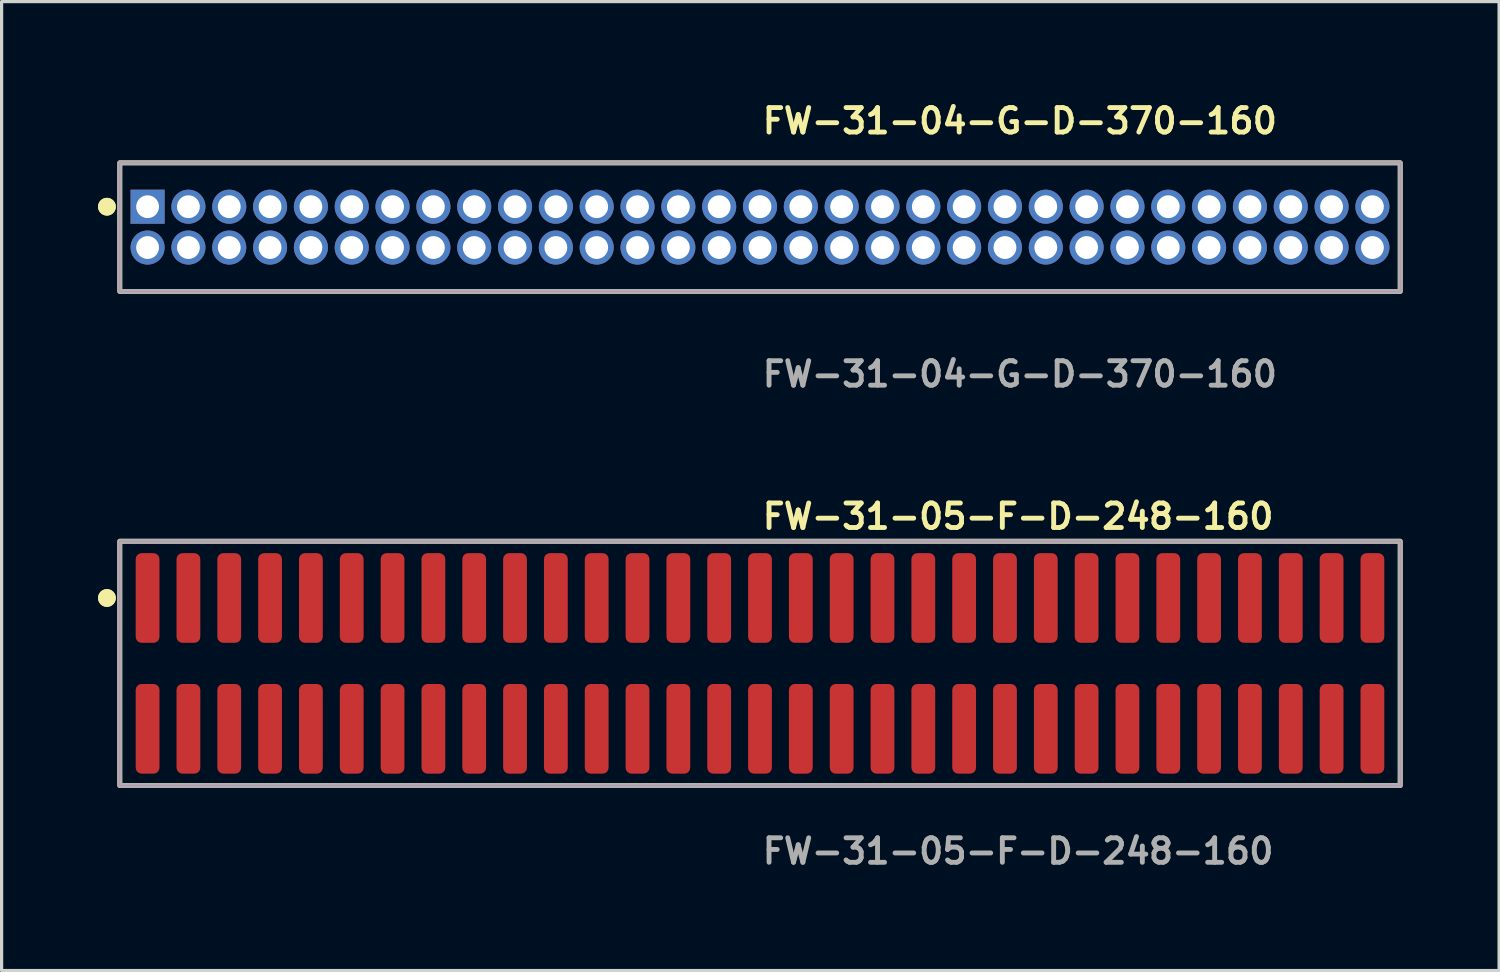
<source format=kicad_pcb>
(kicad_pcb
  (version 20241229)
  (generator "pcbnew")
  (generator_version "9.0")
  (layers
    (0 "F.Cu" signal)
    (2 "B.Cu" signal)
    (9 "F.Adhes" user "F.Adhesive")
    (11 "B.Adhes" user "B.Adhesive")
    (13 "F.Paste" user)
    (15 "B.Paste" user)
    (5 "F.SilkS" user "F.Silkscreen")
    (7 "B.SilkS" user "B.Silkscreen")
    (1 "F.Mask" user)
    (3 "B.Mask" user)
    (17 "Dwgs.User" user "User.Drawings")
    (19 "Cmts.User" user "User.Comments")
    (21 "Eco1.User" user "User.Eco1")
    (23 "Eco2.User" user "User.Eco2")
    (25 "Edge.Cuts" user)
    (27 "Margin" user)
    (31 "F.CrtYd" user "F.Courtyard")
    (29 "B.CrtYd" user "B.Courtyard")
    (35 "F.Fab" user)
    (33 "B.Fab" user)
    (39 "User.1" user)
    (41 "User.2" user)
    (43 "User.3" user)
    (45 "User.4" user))
  (footprint "FW-31-04-G-D-370-160"
    (layer "F.Cu")
    (at 20.591 4.015)
    (property "Reference" "FW-31-04-G-D-370-160" (at 0 -3.302 0) (unlocked yes) (layer "F.SilkS") (effects (font (size 0.762 0.762) (thickness 0.152)) (justify left)))
    (fp_rect (start -19.915 2) (end 19.915 -2) (stroke (width 0.152) (type solid)) (fill no) (layer "F.SilkS"))
    (fp_circle (center -20.315 -0.635) (end -20.515 -0.635) (stroke (width 0.152) (type solid)) (fill yes) (layer "F.SilkS"))
    (fp_circle (center -20.315 -0.635) (end -20.515 -0.635) (stroke (width 0.152) (type solid)) (fill yes) (layer "F.SilkS"))
    (fp_rect (start -19.915 2) (end 19.915 -2) (stroke (width 0.006) (type solid)) (fill no) (layer "F.CrtYd"))
    (fp_rect (start -19.915 2) (end 19.915 -2) (stroke (width 0.152) (type solid)) (fill no) (layer "F.Fab"))
    (fp_text user "${REFERENCE}" (at 0 4.572 0) (unlocked yes) (layer "F.Fab") (effects (font (size 0.762 0.762) (thickness 0.152)) (justify left)))
    (pad "1" thru_hole rect (at -19.05 -0.635) (size 1.06 1.06) (drill 0.71) (layers "*.Cu" "*.Mask"))
    (pad "2" thru_hole circle (at -19.05 0.635) (size 1.06 1.06) (drill 0.71) (layers "*.Cu" "*.Mask"))
    (pad "3" thru_hole circle (at -17.78 -0.635) (size 1.06 1.06) (drill 0.71) (layers "*.Cu" "*.Mask"))
    (pad "4" thru_hole circle (at -17.78 0.635) (size 1.06 1.06) (drill 0.71) (layers "*.Cu" "*.Mask"))
    (pad "5" thru_hole circle (at -16.51 -0.635) (size 1.06 1.06) (drill 0.71) (layers "*.Cu" "*.Mask"))
    (pad "6" thru_hole circle (at -16.51 0.635) (size 1.06 1.06) (drill 0.71) (layers "*.Cu" "*.Mask"))
    (pad "7" thru_hole circle (at -15.24 -0.635) (size 1.06 1.06) (drill 0.71) (layers "*.Cu" "*.Mask"))
    (pad "8" thru_hole circle (at -15.24 0.635) (size 1.06 1.06) (drill 0.71) (layers "*.Cu" "*.Mask"))
    (pad "9" thru_hole circle (at -13.97 -0.635) (size 1.06 1.06) (drill 0.71) (layers "*.Cu" "*.Mask"))
    (pad "10" thru_hole circle (at -13.97 0.635) (size 1.06 1.06) (drill 0.71) (layers "*.Cu" "*.Mask"))
    (pad "11" thru_hole circle (at -12.7 -0.635) (size 1.06 1.06) (drill 0.71) (layers "*.Cu" "*.Mask"))
    (pad "12" thru_hole circle (at -12.7 0.635) (size 1.06 1.06) (drill 0.71) (layers "*.Cu" "*.Mask"))
    (pad "13" thru_hole circle (at -11.43 -0.635) (size 1.06 1.06) (drill 0.71) (layers "*.Cu" "*.Mask"))
    (pad "14" thru_hole circle (at -11.43 0.635) (size 1.06 1.06) (drill 0.71) (layers "*.Cu" "*.Mask"))
    (pad "15" thru_hole circle (at -10.16 -0.635) (size 1.06 1.06) (drill 0.71) (layers "*.Cu" "*.Mask"))
    (pad "16" thru_hole circle (at -10.16 0.635) (size 1.06 1.06) (drill 0.71) (layers "*.Cu" "*.Mask"))
    (pad "17" thru_hole circle (at -8.89 -0.635) (size 1.06 1.06) (drill 0.71) (layers "*.Cu" "*.Mask"))
    (pad "18" thru_hole circle (at -8.89 0.635) (size 1.06 1.06) (drill 0.71) (layers "*.Cu" "*.Mask"))
    (pad "19" thru_hole circle (at -7.62 -0.635) (size 1.06 1.06) (drill 0.71) (layers "*.Cu" "*.Mask"))
    (pad "20" thru_hole circle (at -7.62 0.635) (size 1.06 1.06) (drill 0.71) (layers "*.Cu" "*.Mask"))
    (pad "21" thru_hole circle (at -6.35 -0.635) (size 1.06 1.06) (drill 0.71) (layers "*.Cu" "*.Mask"))
    (pad "22" thru_hole circle (at -6.35 0.635) (size 1.06 1.06) (drill 0.71) (layers "*.Cu" "*.Mask"))
    (pad "23" thru_hole circle (at -5.08 -0.635) (size 1.06 1.06) (drill 0.71) (layers "*.Cu" "*.Mask"))
    (pad "24" thru_hole circle (at -5.08 0.635) (size 1.06 1.06) (drill 0.71) (layers "*.Cu" "*.Mask"))
    (pad "25" thru_hole circle (at -3.81 -0.635) (size 1.06 1.06) (drill 0.71) (layers "*.Cu" "*.Mask"))
    (pad "26" thru_hole circle (at -3.81 0.635) (size 1.06 1.06) (drill 0.71) (layers "*.Cu" "*.Mask"))
    (pad "27" thru_hole circle (at -2.54 -0.635) (size 1.06 1.06) (drill 0.71) (layers "*.Cu" "*.Mask"))
    (pad "28" thru_hole circle (at -2.54 0.635) (size 1.06 1.06) (drill 0.71) (layers "*.Cu" "*.Mask"))
    (pad "29" thru_hole circle (at -1.27 -0.635) (size 1.06 1.06) (drill 0.71) (layers "*.Cu" "*.Mask"))
    (pad "30" thru_hole circle (at -1.27 0.635) (size 1.06 1.06) (drill 0.71) (layers "*.Cu" "*.Mask"))
    (pad "31" thru_hole circle (at 0 -0.635) (size 1.06 1.06) (drill 0.71) (layers "*.Cu" "*.Mask"))
    (pad "32" thru_hole circle (at 0 0.635) (size 1.06 1.06) (drill 0.71) (layers "*.Cu" "*.Mask"))
    (pad "33" thru_hole circle (at 1.27 -0.635) (size 1.06 1.06) (drill 0.71) (layers "*.Cu" "*.Mask"))
    (pad "34" thru_hole circle (at 1.27 0.635) (size 1.06 1.06) (drill 0.71) (layers "*.Cu" "*.Mask"))
    (pad "35" thru_hole circle (at 2.54 -0.635) (size 1.06 1.06) (drill 0.71) (layers "*.Cu" "*.Mask"))
    (pad "36" thru_hole circle (at 2.54 0.635) (size 1.06 1.06) (drill 0.71) (layers "*.Cu" "*.Mask"))
    (pad "37" thru_hole circle (at 3.81 -0.635) (size 1.06 1.06) (drill 0.71) (layers "*.Cu" "*.Mask"))
    (pad "38" thru_hole circle (at 3.81 0.635) (size 1.06 1.06) (drill 0.71) (layers "*.Cu" "*.Mask"))
    (pad "39" thru_hole circle (at 5.08 -0.635) (size 1.06 1.06) (drill 0.71) (layers "*.Cu" "*.Mask"))
    (pad "40" thru_hole circle (at 5.08 0.635) (size 1.06 1.06) (drill 0.71) (layers "*.Cu" "*.Mask"))
    (pad "41" thru_hole circle (at 6.35 -0.635) (size 1.06 1.06) (drill 0.71) (layers "*.Cu" "*.Mask"))
    (pad "42" thru_hole circle (at 6.35 0.635) (size 1.06 1.06) (drill 0.71) (layers "*.Cu" "*.Mask"))
    (pad "43" thru_hole circle (at 7.62 -0.635) (size 1.06 1.06) (drill 0.71) (layers "*.Cu" "*.Mask"))
    (pad "44" thru_hole circle (at 7.62 0.635) (size 1.06 1.06) (drill 0.71) (layers "*.Cu" "*.Mask"))
    (pad "45" thru_hole circle (at 8.89 -0.635) (size 1.06 1.06) (drill 0.71) (layers "*.Cu" "*.Mask"))
    (pad "46" thru_hole circle (at 8.89 0.635) (size 1.06 1.06) (drill 0.71) (layers "*.Cu" "*.Mask"))
    (pad "47" thru_hole circle (at 10.16 -0.635) (size 1.06 1.06) (drill 0.71) (layers "*.Cu" "*.Mask"))
    (pad "48" thru_hole circle (at 10.16 0.635) (size 1.06 1.06) (drill 0.71) (layers "*.Cu" "*.Mask"))
    (pad "49" thru_hole circle (at 11.43 -0.635) (size 1.06 1.06) (drill 0.71) (layers "*.Cu" "*.Mask"))
    (pad "50" thru_hole circle (at 11.43 0.635) (size 1.06 1.06) (drill 0.71) (layers "*.Cu" "*.Mask"))
    (pad "51" thru_hole circle (at 12.7 -0.635) (size 1.06 1.06) (drill 0.71) (layers "*.Cu" "*.Mask"))
    (pad "52" thru_hole circle (at 12.7 0.635) (size 1.06 1.06) (drill 0.71) (layers "*.Cu" "*.Mask"))
    (pad "53" thru_hole circle (at 13.97 -0.635) (size 1.06 1.06) (drill 0.71) (layers "*.Cu" "*.Mask"))
    (pad "54" thru_hole circle (at 13.97 0.635) (size 1.06 1.06) (drill 0.71) (layers "*.Cu" "*.Mask"))
    (pad "55" thru_hole circle (at 15.24 -0.635) (size 1.06 1.06) (drill 0.71) (layers "*.Cu" "*.Mask"))
    (pad "56" thru_hole circle (at 15.24 0.635) (size 1.06 1.06) (drill 0.71) (layers "*.Cu" "*.Mask"))
    (pad "57" thru_hole circle (at 16.51 -0.635) (size 1.06 1.06) (drill 0.71) (layers "*.Cu" "*.Mask"))
    (pad "58" thru_hole circle (at 16.51 0.635) (size 1.06 1.06) (drill 0.71) (layers "*.Cu" "*.Mask"))
    (pad "59" thru_hole circle (at 17.78 -0.635) (size 1.06 1.06) (drill 0.71) (layers "*.Cu" "*.Mask"))
    (pad "60" thru_hole circle (at 17.78 0.635) (size 1.06 1.06) (drill 0.71) (layers "*.Cu" "*.Mask"))
    (pad "61" thru_hole circle (at 19.05 -0.635) (size 1.06 1.06) (drill 0.71) (layers "*.Cu" "*.Mask"))
    (pad "62" thru_hole circle (at 19.05 0.635) (size 1.06 1.06) (drill 0.71) (layers "*.Cu" "*.Mask")))
  (footprint "FW-31-05-F-D-248-160"
    (layer "F.Cu")
    (at 20.591 17.586)
    (property "Reference" "FW-31-05-F-D-248-160" (at 0 -4.572 0) (unlocked yes) (layer "F.SilkS") (effects (font (size 0.762 0.762) (thickness 0.152)) (justify left)))
    (fp_rect (start -19.915 3.8) (end 19.915 -3.8) (stroke (width 0.152) (type solid)) (fill no) (layer "F.SilkS"))
    (fp_circle (center -20.315 -2.035) (end -20.515 -2.035) (stroke (width 0.152) (type solid)) (fill yes) (layer "F.SilkS"))
    (fp_circle (center -20.315 -2.035) (end -20.515 -2.035) (stroke (width 0.152) (type solid)) (fill yes) (layer "F.SilkS"))
    (fp_rect (start -19.915 3.8) (end 19.915 -3.8) (stroke (width 0.006) (type solid)) (fill no) (layer "F.CrtYd"))
    (fp_rect (start -19.915 3.8) (end 19.915 -3.8) (stroke (width 0.152) (type solid)) (fill no) (layer "F.Fab"))
    (fp_text user "${REFERENCE}" (at 0 5.842 0) (unlocked yes) (layer "F.Fab") (effects (font (size 0.762 0.762) (thickness 0.152)) (justify left)))
    (pad "1" smd roundrect (at -19.05 -2.035) (size 0.74 2.79) (layers "F.Cu" "F.Paste") (roundrect_rratio 0.25))
    (pad "2" smd roundrect (at -19.05 2.035) (size 0.74 2.79) (layers "F.Cu" "F.Paste") (roundrect_rratio 0.25))
    (pad "3" smd roundrect (at -17.78 -2.035) (size 0.74 2.79) (layers "F.Cu" "F.Paste") (roundrect_rratio 0.25))
    (pad "4" smd roundrect (at -17.78 2.035) (size 0.74 2.79) (layers "F.Cu" "F.Paste") (roundrect_rratio 0.25))
    (pad "5" smd roundrect (at -16.51 -2.035) (size 0.74 2.79) (layers "F.Cu" "F.Paste") (roundrect_rratio 0.25))
    (pad "6" smd roundrect (at -16.51 2.035) (size 0.74 2.79) (layers "F.Cu" "F.Paste") (roundrect_rratio 0.25))
    (pad "7" smd roundrect (at -15.24 -2.035) (size 0.74 2.79) (layers "F.Cu" "F.Paste") (roundrect_rratio 0.25))
    (pad "8" smd roundrect (at -15.24 2.035) (size 0.74 2.79) (layers "F.Cu" "F.Paste") (roundrect_rratio 0.25))
    (pad "9" smd roundrect (at -13.97 -2.035) (size 0.74 2.79) (layers "F.Cu" "F.Paste") (roundrect_rratio 0.25))
    (pad "10" smd roundrect (at -13.97 2.035) (size 0.74 2.79) (layers "F.Cu" "F.Paste") (roundrect_rratio 0.25))
    (pad "11" smd roundrect (at -12.7 -2.035) (size 0.74 2.79) (layers "F.Cu" "F.Paste") (roundrect_rratio 0.25))
    (pad "12" smd roundrect (at -12.7 2.035) (size 0.74 2.79) (layers "F.Cu" "F.Paste") (roundrect_rratio 0.25))
    (pad "13" smd roundrect (at -11.43 -2.035) (size 0.74 2.79) (layers "F.Cu" "F.Paste") (roundrect_rratio 0.25))
    (pad "14" smd roundrect (at -11.43 2.035) (size 0.74 2.79) (layers "F.Cu" "F.Paste") (roundrect_rratio 0.25))
    (pad "15" smd roundrect (at -10.16 -2.035) (size 0.74 2.79) (layers "F.Cu" "F.Paste") (roundrect_rratio 0.25))
    (pad "16" smd roundrect (at -10.16 2.035) (size 0.74 2.79) (layers "F.Cu" "F.Paste") (roundrect_rratio 0.25))
    (pad "17" smd roundrect (at -8.89 -2.035) (size 0.74 2.79) (layers "F.Cu" "F.Paste") (roundrect_rratio 0.25))
    (pad "18" smd roundrect (at -8.89 2.035) (size 0.74 2.79) (layers "F.Cu" "F.Paste") (roundrect_rratio 0.25))
    (pad "19" smd roundrect (at -7.62 -2.035) (size 0.74 2.79) (layers "F.Cu" "F.Paste") (roundrect_rratio 0.25))
    (pad "20" smd roundrect (at -7.62 2.035) (size 0.74 2.79) (layers "F.Cu" "F.Paste") (roundrect_rratio 0.25))
    (pad "21" smd roundrect (at -6.35 -2.035) (size 0.74 2.79) (layers "F.Cu" "F.Paste") (roundrect_rratio 0.25))
    (pad "22" smd roundrect (at -6.35 2.035) (size 0.74 2.79) (layers "F.Cu" "F.Paste") (roundrect_rratio 0.25))
    (pad "23" smd roundrect (at -5.08 -2.035) (size 0.74 2.79) (layers "F.Cu" "F.Paste") (roundrect_rratio 0.25))
    (pad "24" smd roundrect (at -5.08 2.035) (size 0.74 2.79) (layers "F.Cu" "F.Paste") (roundrect_rratio 0.25))
    (pad "25" smd roundrect (at -3.81 -2.035) (size 0.74 2.79) (layers "F.Cu" "F.Paste") (roundrect_rratio 0.25))
    (pad "26" smd roundrect (at -3.81 2.035) (size 0.74 2.79) (layers "F.Cu" "F.Paste") (roundrect_rratio 0.25))
    (pad "27" smd roundrect (at -2.54 -2.035) (size 0.74 2.79) (layers "F.Cu" "F.Paste") (roundrect_rratio 0.25))
    (pad "28" smd roundrect (at -2.54 2.035) (size 0.74 2.79) (layers "F.Cu" "F.Paste") (roundrect_rratio 0.25))
    (pad "29" smd roundrect (at -1.27 -2.035) (size 0.74 2.79) (layers "F.Cu" "F.Paste") (roundrect_rratio 0.25))
    (pad "30" smd roundrect (at -1.27 2.035) (size 0.74 2.79) (layers "F.Cu" "F.Paste") (roundrect_rratio 0.25))
    (pad "31" smd roundrect (at 0 -2.035) (size 0.74 2.79) (layers "F.Cu" "F.Paste") (roundrect_rratio 0.25))
    (pad "32" smd roundrect (at 0 2.035) (size 0.74 2.79) (layers "F.Cu" "F.Paste") (roundrect_rratio 0.25))
    (pad "33" smd roundrect (at 1.27 -2.035) (size 0.74 2.79) (layers "F.Cu" "F.Paste") (roundrect_rratio 0.25))
    (pad "34" smd roundrect (at 1.27 2.035) (size 0.74 2.79) (layers "F.Cu" "F.Paste") (roundrect_rratio 0.25))
    (pad "35" smd roundrect (at 2.54 -2.035) (size 0.74 2.79) (layers "F.Cu" "F.Paste") (roundrect_rratio 0.25))
    (pad "36" smd roundrect (at 2.54 2.035) (size 0.74 2.79) (layers "F.Cu" "F.Paste") (roundrect_rratio 0.25))
    (pad "37" smd roundrect (at 3.81 -2.035) (size 0.74 2.79) (layers "F.Cu" "F.Paste") (roundrect_rratio 0.25))
    (pad "38" smd roundrect (at 3.81 2.035) (size 0.74 2.79) (layers "F.Cu" "F.Paste") (roundrect_rratio 0.25))
    (pad "39" smd roundrect (at 5.08 -2.035) (size 0.74 2.79) (layers "F.Cu" "F.Paste") (roundrect_rratio 0.25))
    (pad "40" smd roundrect (at 5.08 2.035) (size 0.74 2.79) (layers "F.Cu" "F.Paste") (roundrect_rratio 0.25))
    (pad "41" smd roundrect (at 6.35 -2.035) (size 0.74 2.79) (layers "F.Cu" "F.Paste") (roundrect_rratio 0.25))
    (pad "42" smd roundrect (at 6.35 2.035) (size 0.74 2.79) (layers "F.Cu" "F.Paste") (roundrect_rratio 0.25))
    (pad "43" smd roundrect (at 7.62 -2.035) (size 0.74 2.79) (layers "F.Cu" "F.Paste") (roundrect_rratio 0.25))
    (pad "44" smd roundrect (at 7.62 2.035) (size 0.74 2.79) (layers "F.Cu" "F.Paste") (roundrect_rratio 0.25))
    (pad "45" smd roundrect (at 8.89 -2.035) (size 0.74 2.79) (layers "F.Cu" "F.Paste") (roundrect_rratio 0.25))
    (pad "46" smd roundrect (at 8.89 2.035) (size 0.74 2.79) (layers "F.Cu" "F.Paste") (roundrect_rratio 0.25))
    (pad "47" smd roundrect (at 10.16 -2.035) (size 0.74 2.79) (layers "F.Cu" "F.Paste") (roundrect_rratio 0.25))
    (pad "48" smd roundrect (at 10.16 2.035) (size 0.74 2.79) (layers "F.Cu" "F.Paste") (roundrect_rratio 0.25))
    (pad "49" smd roundrect (at 11.43 -2.035) (size 0.74 2.79) (layers "F.Cu" "F.Paste") (roundrect_rratio 0.25))
    (pad "50" smd roundrect (at 11.43 2.035) (size 0.74 2.79) (layers "F.Cu" "F.Paste") (roundrect_rratio 0.25))
    (pad "51" smd roundrect (at 12.7 -2.035) (size 0.74 2.79) (layers "F.Cu" "F.Paste") (roundrect_rratio 0.25))
    (pad "52" smd roundrect (at 12.7 2.035) (size 0.74 2.79) (layers "F.Cu" "F.Paste") (roundrect_rratio 0.25))
    (pad "53" smd roundrect (at 13.97 -2.035) (size 0.74 2.79) (layers "F.Cu" "F.Paste") (roundrect_rratio 0.25))
    (pad "54" smd roundrect (at 13.97 2.035) (size 0.74 2.79) (layers "F.Cu" "F.Paste") (roundrect_rratio 0.25))
    (pad "55" smd roundrect (at 15.24 -2.035) (size 0.74 2.79) (layers "F.Cu" "F.Paste") (roundrect_rratio 0.25))
    (pad "56" smd roundrect (at 15.24 2.035) (size 0.74 2.79) (layers "F.Cu" "F.Paste") (roundrect_rratio 0.25))
    (pad "57" smd roundrect (at 16.51 -2.035) (size 0.74 2.79) (layers "F.Cu" "F.Paste") (roundrect_rratio 0.25))
    (pad "58" smd roundrect (at 16.51 2.035) (size 0.74 2.79) (layers "F.Cu" "F.Paste") (roundrect_rratio 0.25))
    (pad "59" smd roundrect (at 17.78 -2.035) (size 0.74 2.79) (layers "F.Cu" "F.Paste") (roundrect_rratio 0.25))
    (pad "60" smd roundrect (at 17.78 2.035) (size 0.74 2.79) (layers "F.Cu" "F.Paste") (roundrect_rratio 0.25))
    (pad "61" smd roundrect (at 19.05 -2.035) (size 0.74 2.79) (layers "F.Cu" "F.Paste") (roundrect_rratio 0.25))
    (pad "62" smd roundrect (at 19.05 2.035) (size 0.74 2.79) (layers "F.Cu" "F.Paste") (roundrect_rratio 0.25)))
  (gr_rect
    (start -3 -3)
    (end 43.582 27.141)
    (stroke (width 0.1) (type default))
    (fill no)
    (layer "Edge.Cuts")))
</source>
